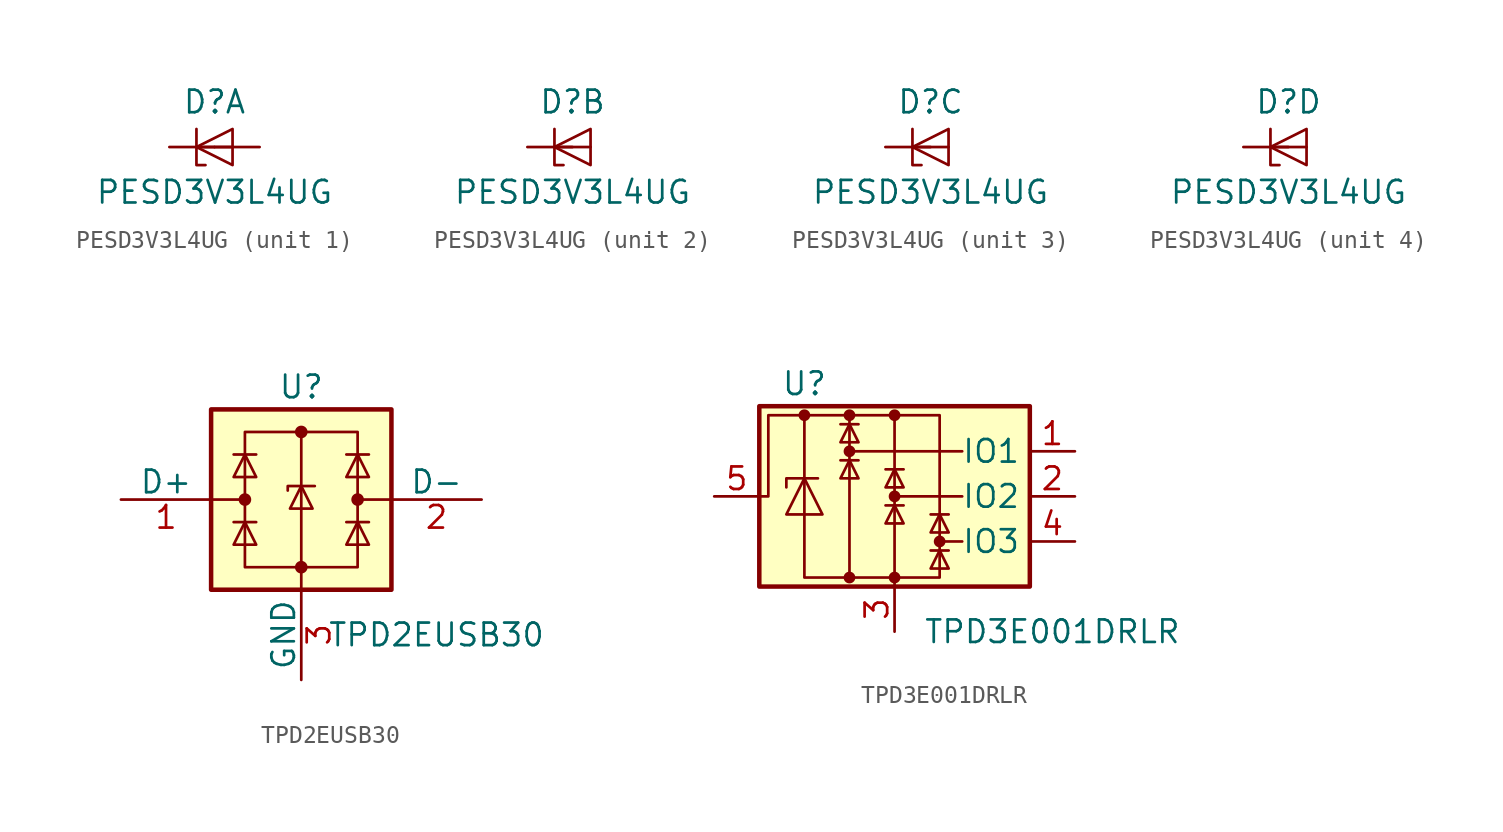
<source format=kicad_sym>
(kicad_symbol_lib
  (version 20201005)
  (generator kicad_symbol_editor)
  (symbol "Power_Protection:PESD3V3L4UG"
    (pin_numbers hide)
    (pin_names hide)
    (property "Reference" "D"
      (at 0 2.54 0)
      (effects (font (size 1.27 1.27))))
    (property "Value" "PESD3V3L4UG"
      (at 0 -2.54 0)
      (effects (font (size 1.27 1.27))))
    (property "ki_locked" ""
      (at 0 0 0)
      (effects (font (size 1.27 1.27))))
    (symbol "PESD3V3L4UG_0_1"
      (polyline (pts (xy -1.016 0) (xy 1.016 0)) (stroke (width 0)) (fill (type none)))
      (polyline (pts (xy -1.016 1.016) (xy -1.016 -1.016) (xy -0.508 -1.016)) (stroke (width 0)) (fill (type none)))
      (polyline (pts (xy 1.016 1.016) (xy -1.016 0) (xy 1.016 -1.016) (xy 1.016 1.016)) (stroke (width 0)) (fill (type none))))
    (symbol "PESD3V3L4UG_1_1"
      (pin passive line (at -2.54 0 0) (length 2.54) (name "K1" (effects (font (size 1.27 1.27)))) (number "1" (effects (font (size 1.27 1.27)))))
      (pin passive line (at 2.54 0 180) (length 2.54) (name "A" (effects (font (size 1.27 1.27)))) (number "2" (effects (font (size 1.27 1.27))))))
    (symbol "PESD3V3L4UG_2_1"
      (pin passive line (at -2.54 0 0) (length 2.54) (name "K2" (effects (font (size 1.27 1.27)))) (number "3" (effects (font (size 1.27 1.27))))))
    (symbol "PESD3V3L4UG_3_1"
      (pin passive line (at -2.54 0 0) (length 2.54) (name "K3" (effects (font (size 1.27 1.27)))) (number "4" (effects (font (size 1.27 1.27))))))
    (symbol "PESD3V3L4UG_4_1"
      (pin passive line (at -2.54 0 0) (length 2.54) (name "K4" (effects (font (size 1.27 1.27)))) (number "5" (effects (font (size 1.27 1.27)))))))
  (symbol "Power_Protection:TPD2EUSB30"
    (pin_names
      (offset 0))
    (property "Reference" "U"
      (at 0 6.35 0)
      (effects (font (size 1.27 1.27))))
    (property "Value" "TPD2EUSB30"
      (at 7.62 -7.62 0)
      (effects (font (size 1.27 1.27))))
    (symbol "TPD2EUSB30_0_1"
      (circle (center -3.175 0) (radius 0.279) (stroke (width 0)) (fill (type outline)))
      (circle (center 0 -3.81) (radius 0.279) (stroke (width 0)) (fill (type outline)))
      (circle (center 0 3.81) (radius 0.279) (stroke (width 0)) (fill (type outline)))
      (circle (center 3.175 0) (radius 0.279) (stroke (width 0)) (fill (type outline)))
      (rectangle (start -5.08 5.08) (end 5.08 -5.08) (stroke (width 0.254)) (fill (type background)))
      (rectangle (start -3.175 3.81) (end 3.175 -3.81) (stroke (width 0)) (fill (type none)))
      (polyline (pts (xy -5.08 0) (xy -3.175 0)) (stroke (width 0)) (fill (type none)))
      (polyline (pts (xy -3.81 -1.27) (xy -2.54 -1.27)) (stroke (width 0)) (fill (type none)))
      (polyline (pts (xy -3.81 2.54) (xy -2.54 2.54)) (stroke (width 0)) (fill (type none)))
      (polyline (pts (xy 0 3.81) (xy 0 -5.08)) (stroke (width 0)) (fill (type none)))
      (polyline (pts (xy 2.54 -1.27) (xy 3.81 -1.27)) (stroke (width 0)) (fill (type none)))
      (polyline (pts (xy 2.54 2.54) (xy 3.81 2.54)) (stroke (width 0)) (fill (type none)))
      (polyline (pts (xy 5.08 0) (xy 3.175 0)) (stroke (width 0)) (fill (type none)))
      (polyline (pts (xy 0.762 0.762) (xy -0.762 0.762) (xy -0.762 0.508)) (stroke (width 0)) (fill (type none)))
      (polyline (pts (xy -2.54 -2.54) (xy -3.81 -2.54) (xy -3.175 -1.27) (xy -2.54 -2.54)) (stroke (width 0)) (fill (type none)))
      (polyline (pts (xy -2.54 1.27) (xy -3.81 1.27) (xy -3.175 2.54) (xy -2.54 1.27)) (stroke (width 0)) (fill (type none)))
      (polyline (pts (xy 0.635 -0.508) (xy -0.635 -0.508) (xy 0 0.762) (xy 0.635 -0.508)) (stroke (width 0)) (fill (type none)))
      (polyline (pts (xy 3.81 -2.54) (xy 2.54 -2.54) (xy 3.175 -1.27) (xy 3.81 -2.54)) (stroke (width 0)) (fill (type none)))
      (polyline (pts (xy 3.81 1.27) (xy 2.54 1.27) (xy 3.175 2.54) (xy 3.81 1.27)) (stroke (width 0)) (fill (type none))))
    (symbol "TPD2EUSB30_1_1"
      (pin passive line (at -10.16 0 0) (length 5.08) (name "D+" (effects (font (size 1.27 1.27)))) (number "1" (effects (font (size 1.27 1.27)))))
      (pin passive line (at 10.16 0 180) (length 5.08) (name "D-" (effects (font (size 1.27 1.27)))) (number "2" (effects (font (size 1.27 1.27)))))
      (pin passive line (at 0 -10.16 90) (length 5.08) (name "GND" (effects (font (size 1.27 1.27)))) (number "3" (effects (font (size 1.27 1.27)))))))
  (symbol "Power_Protection:TPD3E001DRLR"
    (property "Reference" "U"
      (at -5.08 6.35 0)
      (effects (font (size 1.27 1.27))))
    (property "Value" "TPD3E001DRLR"
      (at 8.89 -7.62 0)
      (effects (font (size 1.27 1.27))))
    (symbol "TPD3E001DRLR_0_1"
      (circle (center -5.08 4.572) (radius 0.254) (stroke (width 0)) (fill (type outline)))
      (circle (center -2.54 -4.572) (radius 0.254) (stroke (width 0)) (fill (type outline)))
      (circle (center -2.54 2.54) (radius 0.254) (stroke (width 0)) (fill (type outline)))
      (circle (center -2.54 4.572) (radius 0.254) (stroke (width 0)) (fill (type outline)))
      (circle (center 0 -4.572) (radius 0.254) (stroke (width 0)) (fill (type outline)))
      (circle (center 0 0) (radius 0.254) (stroke (width 0)) (fill (type outline)))
      (circle (center 0 4.572) (radius 0.254) (stroke (width 0)) (fill (type outline)))
      (circle (center 2.54 -2.54) (radius 0.254) (stroke (width 0)) (fill (type outline)))
      (rectangle (start -7.62 5.08) (end 7.62 -5.08) (stroke (width 0.254)) (fill (type background)))
      (rectangle (start 2.54 -4.572) (end -5.08 4.572) (stroke (width 0)) (fill (type none)))
      (polyline (pts (xy -2.54 2.54) (xy 3.81 2.54)) (stroke (width 0)) (fill (type none)))
      (polyline (pts (xy -2.54 4.572) (xy -2.54 -4.572)) (stroke (width 0)) (fill (type none)))
      (polyline (pts (xy -2.032 2.032) (xy -3.048 2.032)) (stroke (width 0)) (fill (type none)))
      (polyline (pts (xy -2.032 4.064) (xy -3.048 4.064)) (stroke (width 0)) (fill (type none)))
      (polyline (pts (xy 0 -5.08) (xy 0 4.572)) (stroke (width 0)) (fill (type none)))
      (polyline (pts (xy 0 0) (xy 3.81 0)) (stroke (width 0)) (fill (type none)))
      (polyline (pts (xy 0.508 -0.508) (xy -0.508 -0.508)) (stroke (width 0)) (fill (type none)))
      (polyline (pts (xy 0.508 1.524) (xy -0.508 1.524)) (stroke (width 0)) (fill (type none)))
      (polyline (pts (xy 2.54 -2.54) (xy 3.81 -2.54)) (stroke (width 0)) (fill (type none)))
      (polyline (pts (xy 3.048 -3.048) (xy 2.032 -3.048)) (stroke (width 0)) (fill (type none)))
      (polyline (pts (xy 3.048 -1.016) (xy 2.032 -1.016)) (stroke (width 0)) (fill (type none)))
      (polyline (pts (xy -4.318 1.016) (xy -6.096 1.016) (xy -6.096 0.508)) (stroke (width 0)) (fill (type none)))
      (polyline (pts (xy -7.62 0) (xy -7.112 0) (xy -7.112 4.572) (xy -5.08 4.572)) (stroke (width 0)) (fill (type none)))
      (polyline (pts (xy -5.08 1.016) (xy -6.096 -1.016) (xy -4.064 -1.016) (xy -5.08 1.016)) (stroke (width 0)) (fill (type none)))
      (polyline (pts (xy -2.54 2.032) (xy -3.048 1.016) (xy -2.032 1.016) (xy -2.54 2.032)) (stroke (width 0)) (fill (type none)))
      (polyline (pts (xy -2.54 4.064) (xy -3.048 3.048) (xy -2.032 3.048) (xy -2.54 4.064)) (stroke (width 0)) (fill (type none)))
      (polyline (pts (xy 0 -0.508) (xy -0.508 -1.524) (xy 0.508 -1.524) (xy 0 -0.508)) (stroke (width 0)) (fill (type none)))
      (polyline (pts (xy 0 1.524) (xy -0.508 0.508) (xy 0.508 0.508) (xy 0 1.524)) (stroke (width 0)) (fill (type none)))
      (polyline (pts (xy 2.54 -3.048) (xy 2.032 -4.064) (xy 3.048 -4.064) (xy 2.54 -3.048)) (stroke (width 0)) (fill (type none)))
      (polyline (pts (xy 2.54 -1.016) (xy 2.032 -2.032) (xy 3.048 -2.032) (xy 2.54 -1.016)) (stroke (width 0)) (fill (type none))))
    (symbol "TPD3E001DRLR_1_1"
      (pin passive line (at 10.16 2.54 180) (length 2.54) (name "IO1" (effects (font (size 1.27 1.27)))) (number "1" (effects (font (size 1.27 1.27)))))
      (pin passive line (at 10.16 0 180) (length 2.54) (name "IO2" (effects (font (size 1.27 1.27)))) (number "2" (effects (font (size 1.27 1.27)))))
      (pin passive line (at 0 -7.62 90) (length 2.54) (name "~" (effects (font (size 1.27 1.27)))) (number "3" (effects (font (size 1.27 1.27)))))
      (pin passive line (at 10.16 -2.54 180) (length 2.54) (name "IO3" (effects (font (size 1.27 1.27)))) (number "4" (effects (font (size 1.27 1.27)))))
      (pin passive line (at -10.16 0 0) (length 2.54) (name "~" (effects (font (size 1.27 1.27)))) (number "5" (effects (font (size 1.27 1.27))))))))
</source>
